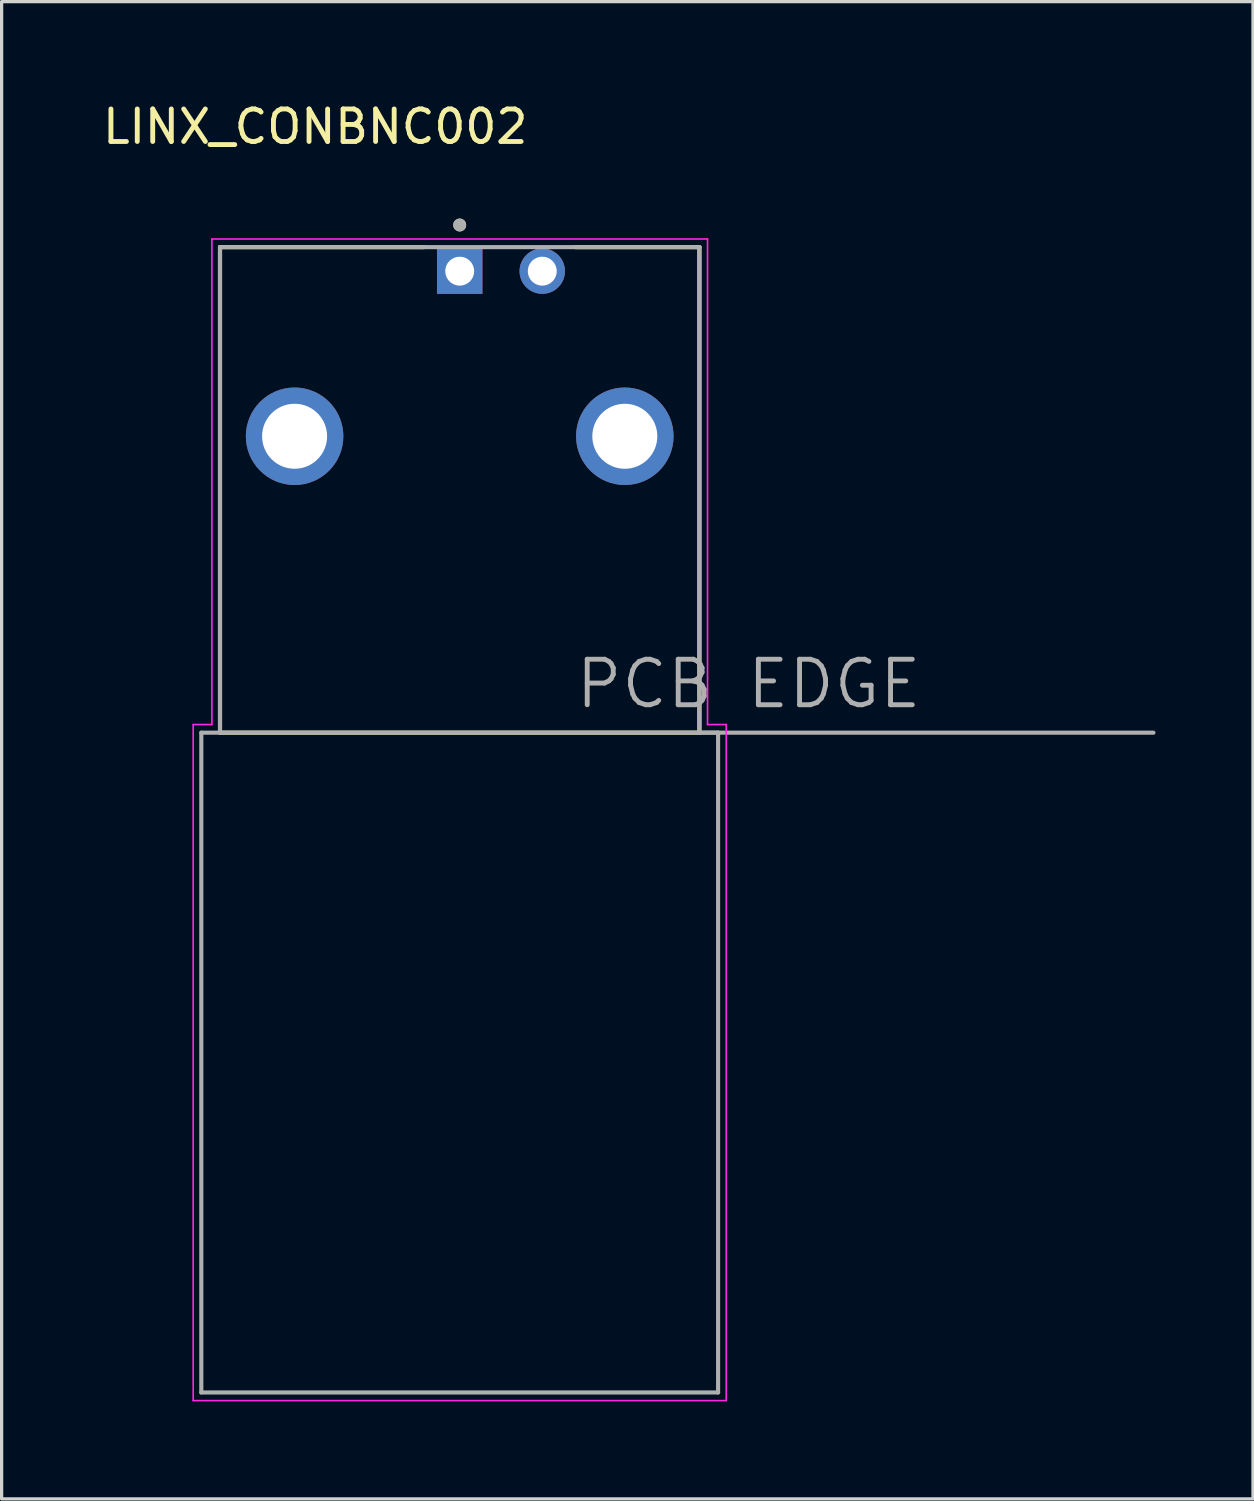
<source format=kicad_pcb>
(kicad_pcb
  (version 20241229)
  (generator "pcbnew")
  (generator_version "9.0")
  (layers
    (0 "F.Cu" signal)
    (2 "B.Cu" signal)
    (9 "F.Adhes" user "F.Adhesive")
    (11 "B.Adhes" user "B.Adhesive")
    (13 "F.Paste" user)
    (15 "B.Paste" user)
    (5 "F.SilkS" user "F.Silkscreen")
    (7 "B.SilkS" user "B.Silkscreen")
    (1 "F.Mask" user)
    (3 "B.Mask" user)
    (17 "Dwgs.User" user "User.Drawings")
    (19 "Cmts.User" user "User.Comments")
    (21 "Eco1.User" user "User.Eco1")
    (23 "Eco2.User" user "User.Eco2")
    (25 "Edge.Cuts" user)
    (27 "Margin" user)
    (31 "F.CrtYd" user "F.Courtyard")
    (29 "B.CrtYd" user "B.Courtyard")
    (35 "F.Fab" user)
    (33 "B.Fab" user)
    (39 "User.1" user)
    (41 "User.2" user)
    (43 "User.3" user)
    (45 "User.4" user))
  (footprint "LINX_CONBNC002"
    (layer "F.Cu")
    (at 11.094 10.373)
    (property "Reference" "LINX_CONBNC002" (at -4.445 -9.525 0) (layer "F.SilkS") (effects (font (size 1 1) (thickness 0.15))))
    (attr through_hole)
    (fp_line (start -7.375 -5.82) (end -1.1 -5.82) (stroke (width 0.127) (type solid)) (layer "F.SilkS"))
    (fp_line (start -7.375 9.12) (end -7.375 -5.82) (stroke (width 0.127) (type solid)) (layer "F.SilkS"))
    (fp_line (start 3.56 -5.82) (end 7.375 -5.82) (stroke (width 0.127) (type solid)) (layer "F.SilkS"))
    (fp_line (start 7.375 -5.82) (end 7.375 9.12) (stroke (width 0.127) (type solid)) (layer "F.SilkS"))
    (fp_line (start 7.375 9.12) (end -7.375 9.12) (stroke (width 0.127) (type solid)) (layer "F.SilkS"))
    (fp_circle (center 0 -6.5) (end 0.1 -6.5) (stroke (width 0.2) (type solid)) (fill no) (layer "F.SilkS"))
    (fp_line (start -8.2 8.87) (end -7.625 8.87) (stroke (width 0.05) (type solid)) (layer "F.CrtYd"))
    (fp_line (start -8.2 29.67) (end -8.2 8.87) (stroke (width 0.05) (type solid)) (layer "F.CrtYd"))
    (fp_line (start -7.625 -6.07) (end 7.625 -6.07) (stroke (width 0.05) (type solid)) (layer "F.CrtYd"))
    (fp_line (start -7.625 8.87) (end -7.625 -6.07) (stroke (width 0.05) (type solid)) (layer "F.CrtYd"))
    (fp_line (start 7.625 -6.07) (end 7.625 8.87) (stroke (width 0.05) (type solid)) (layer "F.CrtYd"))
    (fp_line (start 7.625 8.87) (end 8.2 8.87) (stroke (width 0.05) (type solid)) (layer "F.CrtYd"))
    (fp_line (start 8.2 8.87) (end 8.2 29.67) (stroke (width 0.05) (type solid)) (layer "F.CrtYd"))
    (fp_line (start 8.2 29.67) (end -8.2 29.67) (stroke (width 0.05) (type solid)) (layer "F.CrtYd"))
    (fp_line (start -7.95 9.12) (end -7.95 29.42) (stroke (width 0.127) (type solid)) (layer "F.Fab"))
    (fp_line (start -7.95 9.12) (end -7.375 9.12) (stroke (width 0.127) (type solid)) (layer "F.Fab"))
    (fp_line (start -7.95 29.42) (end 7.95 29.42) (stroke (width 0.127) (type solid)) (layer "F.Fab"))
    (fp_line (start -7.375 -5.82) (end 7.375 -5.82) (stroke (width 0.127) (type solid)) (layer "F.Fab"))
    (fp_line (start -7.375 9.12) (end -7.375 -5.82) (stroke (width 0.127) (type solid)) (layer "F.Fab"))
    (fp_line (start 7.375 -5.82) (end 7.375 9.12) (stroke (width 0.127) (type solid)) (layer "F.Fab"))
    (fp_line (start 7.375 9.12) (end -7.375 9.12) (stroke (width 0.127) (type solid)) (layer "F.Fab"))
    (fp_line (start 7.375 9.12) (end 7.95 9.12) (stroke (width 0.127) (type solid)) (layer "F.Fab"))
    (fp_line (start 7.95 9.12) (end 7.375 9.12) (stroke (width 0.127) (type solid)) (layer "F.Fab"))
    (fp_line (start 7.95 29.42) (end 7.95 9.12) (stroke (width 0.127) (type solid)) (layer "F.Fab"))
    (fp_line (start 21.345 9.12) (end 7.95 9.12) (stroke (width 0.127) (type solid)) (layer "F.Fab"))
    (fp_circle (center 0 -6.5) (end 0.1 -6.5) (stroke (width 0.2) (type solid)) (fill no) (layer "F.Fab"))
    (fp_text user "PCB EDGE" (at 8.89 7.62 0) (layer "F.Fab") (effects (font (size 1.4 1.4) (thickness 0.15))))
    (pad "1" thru_hole rect (at 0 -5.08) (size 1.398 1.398) (drill 0.89) (layers "*.Cu" "*.Mask"))
    (pad "2" thru_hole circle (at 2.54 -5.08) (size 1.398 1.398) (drill 0.89) (layers "*.Cu" "*.Mask"))
    (pad "S1" thru_hole circle (at -5.08 0) (size 3 3) (drill 2) (layers "*.Cu" "*.Mask"))
    (pad "S2" thru_hole circle (at 5.08 0) (size 3 3) (drill 2) (layers "*.Cu" "*.Mask")))
  (gr_rect
    (start -3 -3)
    (end 35.502 43.068)
    (stroke (width 0.1) (type default))
    (fill no)
    (layer "Edge.Cuts")))
</source>
